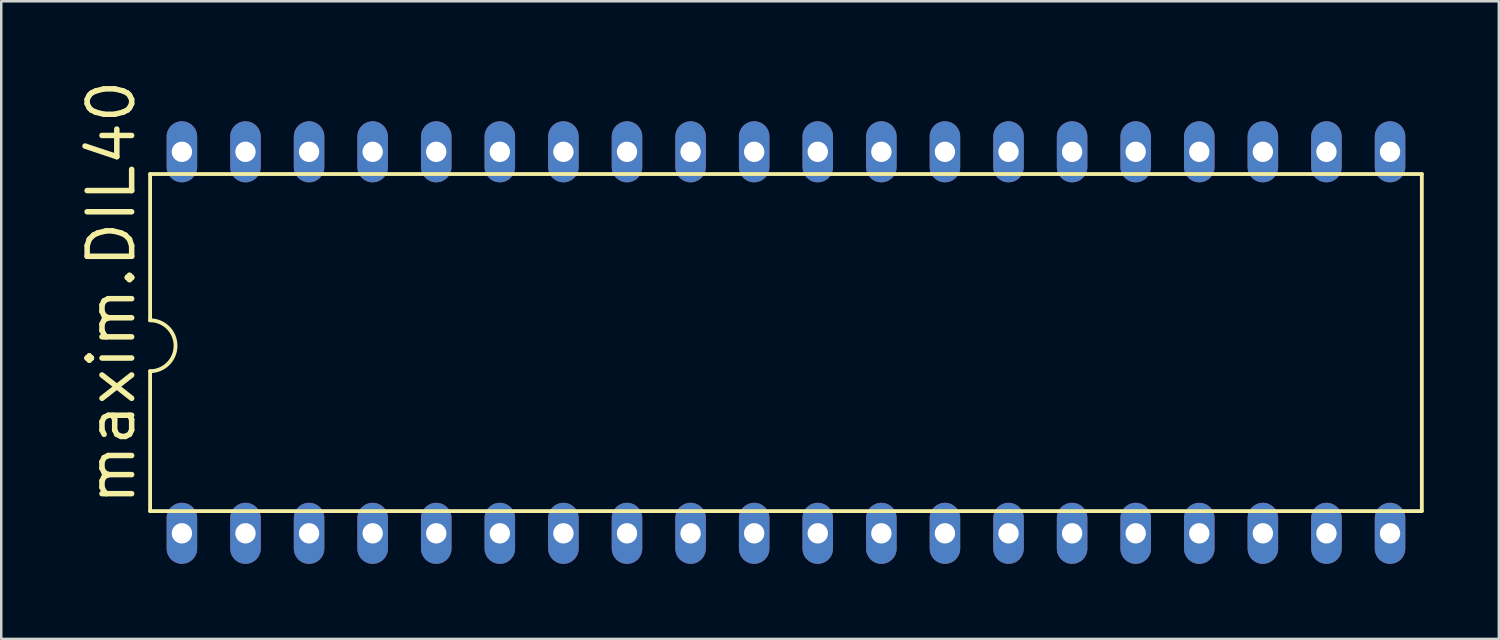
<source format=kicad_pcb>
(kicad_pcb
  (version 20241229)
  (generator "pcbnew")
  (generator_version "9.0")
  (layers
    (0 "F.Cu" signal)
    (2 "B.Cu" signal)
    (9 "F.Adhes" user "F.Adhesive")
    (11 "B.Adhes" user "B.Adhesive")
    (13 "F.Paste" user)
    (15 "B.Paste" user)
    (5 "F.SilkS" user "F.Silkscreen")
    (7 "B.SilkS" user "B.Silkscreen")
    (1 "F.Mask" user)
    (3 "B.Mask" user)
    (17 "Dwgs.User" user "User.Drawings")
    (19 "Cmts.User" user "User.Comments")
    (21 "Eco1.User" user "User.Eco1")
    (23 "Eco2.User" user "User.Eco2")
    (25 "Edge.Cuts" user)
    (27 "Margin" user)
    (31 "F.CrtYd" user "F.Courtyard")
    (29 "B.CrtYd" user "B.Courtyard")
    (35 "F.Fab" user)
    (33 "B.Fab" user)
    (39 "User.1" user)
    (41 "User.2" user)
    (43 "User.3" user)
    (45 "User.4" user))
  (footprint "maxim.DIL40"
    (layer "F.Cu")
    (at 28.346 10.634)
    (property "Reference" "maxim.DIL40" (at -25.908 6.604 90) (layer "F.SilkS") (effects (font (size 1.778 1.778) (thickness 0.22)) (justify left bottom)))
    (attr through_hole)
    (fp_line (start -25.4 -6.731) (end -25.4 -0.889) (stroke (width 0.152) (type default)) (layer "F.SilkS"))
    (fp_line (start -25.4 6.731) (end -25.4 1.143) (stroke (width 0.152) (type default)) (layer "F.SilkS"))
    (fp_line (start -25.4 6.731) (end 25.4 6.731) (stroke (width 0.152) (type default)) (layer "F.SilkS"))
    (fp_line (start 25.4 -6.731) (end -25.4 -6.731) (stroke (width 0.152) (type default)) (layer "F.SilkS"))
    (fp_line (start 25.4 -6.731) (end 25.4 6.731) (stroke (width 0.152) (type default)) (layer "F.SilkS"))
    (fp_arc (start -25.4 -0.889) (mid -24.384 0.127) (end -25.4 1.143) (stroke (width 0.1524) (type default)) (layer "F.SilkS"))
    (pad "1" thru_hole oval (at -24.13 7.62 90) (size 2.438 1.219) (drill 0.813) (layers "*.Cu" "*.Mask"))
    (pad "2" thru_hole oval (at -21.59 7.62 90) (size 2.438 1.219) (drill 0.813) (layers "*.Cu" "*.Mask"))
    (pad "3" thru_hole oval (at -19.05 7.62 90) (size 2.438 1.219) (drill 0.813) (layers "*.Cu" "*.Mask"))
    (pad "4" thru_hole oval (at -16.51 7.62 90) (size 2.438 1.219) (drill 0.813) (layers "*.Cu" "*.Mask"))
    (pad "5" thru_hole oval (at -13.97 7.62 90) (size 2.438 1.219) (drill 0.813) (layers "*.Cu" "*.Mask"))
    (pad "6" thru_hole oval (at -11.43 7.62 90) (size 2.438 1.219) (drill 0.813) (layers "*.Cu" "*.Mask"))
    (pad "7" thru_hole oval (at -8.89 7.62 90) (size 2.438 1.219) (drill 0.813) (layers "*.Cu" "*.Mask"))
    (pad "8" thru_hole oval (at -6.35 7.62 90) (size 2.438 1.219) (drill 0.813) (layers "*.Cu" "*.Mask"))
    (pad "9" thru_hole oval (at -3.81 7.62 90) (size 2.438 1.219) (drill 0.813) (layers "*.Cu" "*.Mask"))
    (pad "10" thru_hole oval (at -1.27 7.62 90) (size 2.438 1.219) (drill 0.813) (layers "*.Cu" "*.Mask"))
    (pad "11" thru_hole oval (at 1.27 7.62 90) (size 2.438 1.219) (drill 0.813) (layers "*.Cu" "*.Mask"))
    (pad "12" thru_hole oval (at 3.81 7.62 90) (size 2.438 1.219) (drill 0.813) (layers "*.Cu" "*.Mask"))
    (pad "13" thru_hole oval (at 6.35 7.62 90) (size 2.438 1.219) (drill 0.813) (layers "*.Cu" "*.Mask"))
    (pad "14" thru_hole oval (at 8.89 7.62 90) (size 2.438 1.219) (drill 0.813) (layers "*.Cu" "*.Mask"))
    (pad "15" thru_hole oval (at 11.43 7.62 90) (size 2.438 1.219) (drill 0.813) (layers "*.Cu" "*.Mask"))
    (pad "16" thru_hole oval (at 13.97 7.62 90) (size 2.438 1.219) (drill 0.813) (layers "*.Cu" "*.Mask"))
    (pad "17" thru_hole oval (at 16.51 7.62 90) (size 2.438 1.219) (drill 0.813) (layers "*.Cu" "*.Mask"))
    (pad "18" thru_hole oval (at 19.05 7.62 90) (size 2.438 1.219) (drill 0.813) (layers "*.Cu" "*.Mask"))
    (pad "19" thru_hole oval (at 21.59 7.62 90) (size 2.438 1.219) (drill 0.813) (layers "*.Cu" "*.Mask"))
    (pad "20" thru_hole oval (at 24.13 7.62 90) (size 2.438 1.219) (drill 0.813) (layers "*.Cu" "*.Mask"))
    (pad "21" thru_hole oval (at 24.13 -7.62 90) (size 2.438 1.219) (drill 0.813) (layers "*.Cu" "*.Mask"))
    (pad "22" thru_hole oval (at 21.59 -7.62 90) (size 2.438 1.219) (drill 0.813) (layers "*.Cu" "*.Mask"))
    (pad "23" thru_hole oval (at 19.05 -7.62 90) (size 2.438 1.219) (drill 0.813) (layers "*.Cu" "*.Mask"))
    (pad "24" thru_hole oval (at 16.51 -7.62 90) (size 2.438 1.219) (drill 0.813) (layers "*.Cu" "*.Mask"))
    (pad "25" thru_hole oval (at 13.97 -7.62 90) (size 2.438 1.219) (drill 0.813) (layers "*.Cu" "*.Mask"))
    (pad "26" thru_hole oval (at 11.43 -7.62 90) (size 2.438 1.219) (drill 0.813) (layers "*.Cu" "*.Mask"))
    (pad "27" thru_hole oval (at 8.89 -7.62 90) (size 2.438 1.219) (drill 0.813) (layers "*.Cu" "*.Mask"))
    (pad "28" thru_hole oval (at 6.35 -7.62 90) (size 2.438 1.219) (drill 0.813) (layers "*.Cu" "*.Mask"))
    (pad "29" thru_hole oval (at 3.81 -7.62 90) (size 2.438 1.219) (drill 0.813) (layers "*.Cu" "*.Mask"))
    (pad "30" thru_hole oval (at 1.27 -7.62 90) (size 2.438 1.219) (drill 0.813) (layers "*.Cu" "*.Mask"))
    (pad "31" thru_hole oval (at -1.27 -7.62 90) (size 2.438 1.219) (drill 0.813) (layers "*.Cu" "*.Mask"))
    (pad "32" thru_hole oval (at -3.81 -7.62 90) (size 2.438 1.219) (drill 0.813) (layers "*.Cu" "*.Mask"))
    (pad "33" thru_hole oval (at -6.35 -7.62 90) (size 2.438 1.219) (drill 0.813) (layers "*.Cu" "*.Mask"))
    (pad "34" thru_hole oval (at -8.89 -7.62 90) (size 2.438 1.219) (drill 0.813) (layers "*.Cu" "*.Mask"))
    (pad "35" thru_hole oval (at -11.43 -7.62 90) (size 2.438 1.219) (drill 0.813) (layers "*.Cu" "*.Mask"))
    (pad "36" thru_hole oval (at -13.97 -7.62 90) (size 2.438 1.219) (drill 0.813) (layers "*.Cu" "*.Mask"))
    (pad "37" thru_hole oval (at -16.51 -7.62 90) (size 2.438 1.219) (drill 0.813) (layers "*.Cu" "*.Mask"))
    (pad "38" thru_hole oval (at -19.05 -7.62 90) (size 2.438 1.219) (drill 0.813) (layers "*.Cu" "*.Mask"))
    (pad "39" thru_hole oval (at -21.59 -7.62 90) (size 2.438 1.219) (drill 0.813) (layers "*.Cu" "*.Mask"))
    (pad "40" thru_hole oval (at -24.13 -7.62 90) (size 2.438 1.219) (drill 0.813) (layers "*.Cu" "*.Mask")))
  (gr_rect
    (start -3 -3)
    (end 56.822 22.473)
    (stroke (width 0.1) (type default))
    (fill no)
    (layer "Edge.Cuts")))
</source>
